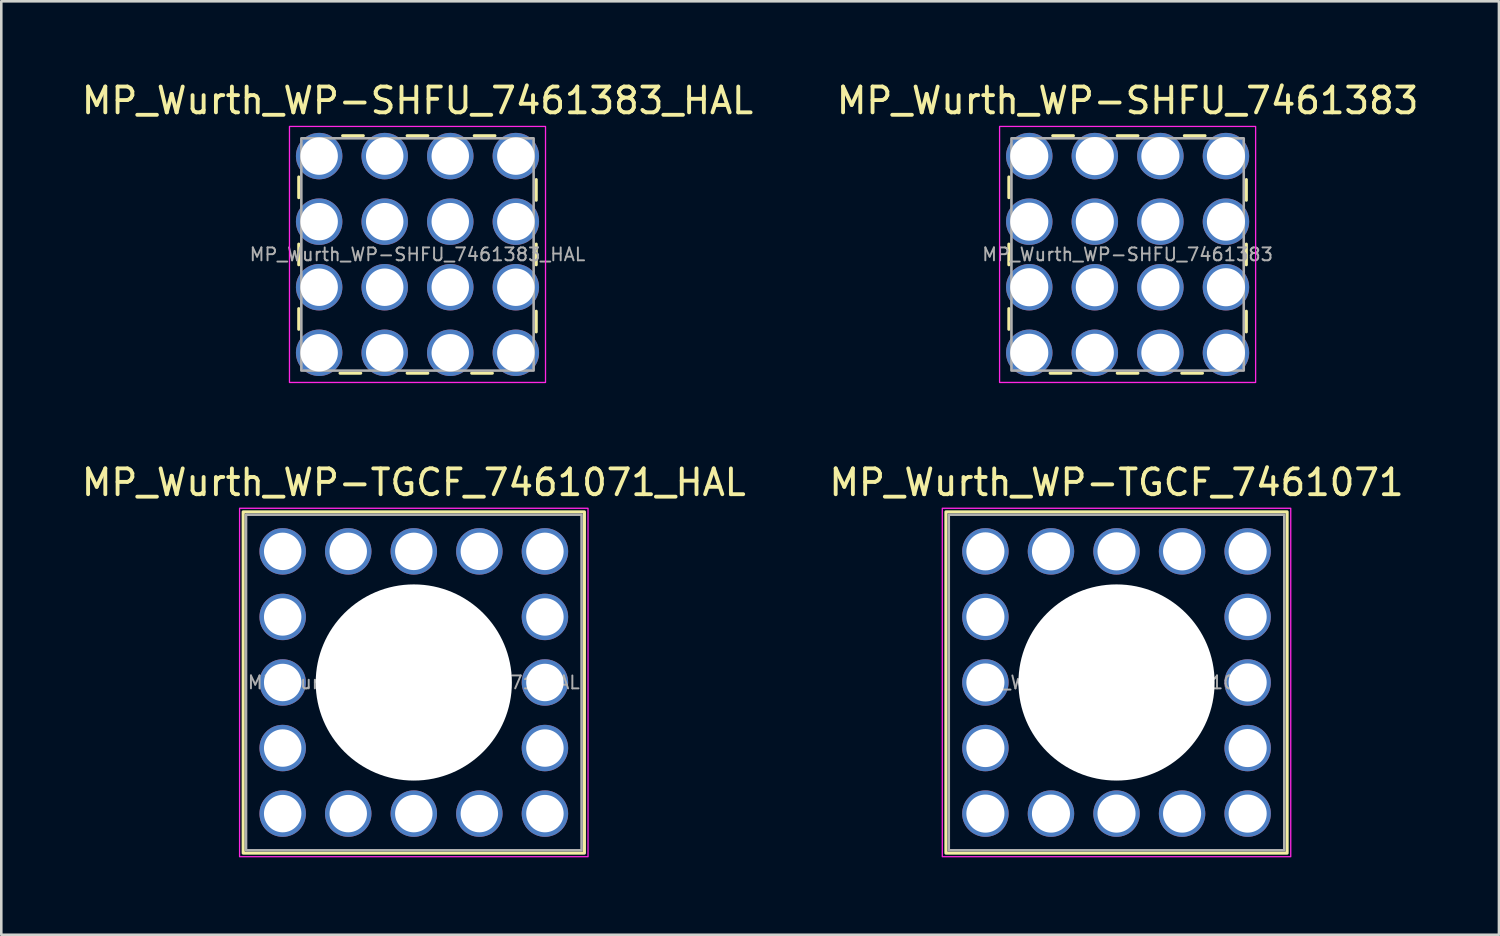
<source format=kicad_pcb>
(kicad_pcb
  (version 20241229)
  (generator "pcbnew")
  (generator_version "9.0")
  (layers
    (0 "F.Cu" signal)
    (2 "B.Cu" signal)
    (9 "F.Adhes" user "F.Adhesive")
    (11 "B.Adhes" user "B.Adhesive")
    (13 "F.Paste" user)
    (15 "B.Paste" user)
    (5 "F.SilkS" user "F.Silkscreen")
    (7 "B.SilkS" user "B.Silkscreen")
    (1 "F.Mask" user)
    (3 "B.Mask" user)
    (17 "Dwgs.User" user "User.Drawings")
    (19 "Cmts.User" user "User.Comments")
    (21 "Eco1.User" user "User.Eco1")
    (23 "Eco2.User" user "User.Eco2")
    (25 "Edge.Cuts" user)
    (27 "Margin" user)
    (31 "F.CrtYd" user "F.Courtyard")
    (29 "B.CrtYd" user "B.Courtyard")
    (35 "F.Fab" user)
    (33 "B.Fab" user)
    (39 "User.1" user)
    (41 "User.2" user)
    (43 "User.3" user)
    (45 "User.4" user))
  (footprint "MP_Wurth_WP-SHFU_7461383_HAL"
    (layer "F.Cu")
    (at 13.125 6.808)
    (property "Reference" "MP_Wurth_WP-SHFU_7461383_HAL" (at 0 -5.96 0) (unlocked yes) (layer "F.SilkS") (effects (font (size 1 1) (thickness 0.15))))
    (attr through_hole)
    (fp_line (start -4.6 -2.2) (end -4.6 -3) (stroke (width 0.12) (type solid)) (layer "F.SilkS"))
    (fp_line (start -4.6 0.4) (end -4.6 -0.4) (stroke (width 0.12) (type solid)) (layer "F.SilkS"))
    (fp_line (start -4.6 2.9) (end -4.6 2.1) (stroke (width 0.12) (type solid)) (layer "F.SilkS"))
    (fp_line (start -2.9 -4.6) (end -2.1 -4.6) (stroke (width 0.12) (type solid)) (layer "F.SilkS"))
    (fp_line (start -2.2 4.6) (end -3 4.6) (stroke (width 0.12) (type solid)) (layer "F.SilkS"))
    (fp_line (start -0.4 -4.6) (end 0.4 -4.6) (stroke (width 0.12) (type solid)) (layer "F.SilkS"))
    (fp_line (start 0.4 4.6) (end -0.4 4.6) (stroke (width 0.12) (type solid)) (layer "F.SilkS"))
    (fp_line (start 2.2 -4.6) (end 3 -4.6) (stroke (width 0.12) (type solid)) (layer "F.SilkS"))
    (fp_line (start 2.9 4.6) (end 2.1 4.6) (stroke (width 0.12) (type solid)) (layer "F.SilkS"))
    (fp_line (start 4.6 -2.9) (end 4.6 -2.1) (stroke (width 0.12) (type solid)) (layer "F.SilkS"))
    (fp_line (start 4.6 -0.4) (end 4.6 0.4) (stroke (width 0.12) (type solid)) (layer "F.SilkS"))
    (fp_line (start 4.6 2.2) (end 4.6 3) (stroke (width 0.12) (type solid)) (layer "F.SilkS"))
    (fp_rect (start -4.96 -4.96) (end 4.96 4.96) (stroke (width 0.05) (type solid)) (fill no) (layer "F.CrtYd"))
    (fp_rect (start -4.5 -4.5) (end 4.5 4.5) (stroke (width 0.1) (type solid)) (fill no) (layer "F.Fab"))
    (fp_text user "${REFERENCE}" (at 0 0 0) (unlocked yes) (layer "F.Fab") (effects (font (size 0.5 0.5) (thickness 0.075))))
    (pad "1" thru_hole circle (at -3.81 -3.81) (size 1.8 1.8) (drill 1.45) (layers "*.Cu" "*.Mask"))
    (pad "1" thru_hole circle (at -3.81 -1.27) (size 1.8 1.8) (drill 1.45) (layers "*.Cu" "*.Mask"))
    (pad "1" thru_hole circle (at -3.81 1.27) (size 1.8 1.8) (drill 1.45) (layers "*.Cu" "*.Mask"))
    (pad "1" thru_hole circle (at -3.81 3.81) (size 1.8 1.8) (drill 1.45) (layers "*.Cu" "*.Mask"))
    (pad "1" thru_hole circle (at -1.27 -3.81) (size 1.8 1.8) (drill 1.45) (layers "*.Cu" "*.Mask"))
    (pad "1" thru_hole circle (at -1.27 -1.27) (size 1.8 1.8) (drill 1.45) (layers "*.Cu" "*.Mask"))
    (pad "1" thru_hole circle (at -1.27 1.27) (size 1.8 1.8) (drill 1.45) (layers "*.Cu" "*.Mask"))
    (pad "1" thru_hole circle (at -1.27 3.81) (size 1.8 1.8) (drill 1.45) (layers "*.Cu" "*.Mask"))
    (pad "1" thru_hole circle (at 1.27 -3.81) (size 1.8 1.8) (drill 1.45) (layers "*.Cu" "*.Mask"))
    (pad "1" thru_hole circle (at 1.27 -1.27) (size 1.8 1.8) (drill 1.45) (layers "*.Cu" "*.Mask"))
    (pad "1" thru_hole circle (at 1.27 1.27) (size 1.8 1.8) (drill 1.45) (layers "*.Cu" "*.Mask"))
    (pad "1" thru_hole circle (at 1.27 3.81) (size 1.8 1.8) (drill 1.45) (layers "*.Cu" "*.Mask"))
    (pad "1" thru_hole circle (at 3.81 -3.81) (size 1.8 1.8) (drill 1.45) (layers "*.Cu" "*.Mask"))
    (pad "1" thru_hole circle (at 3.81 -1.27) (size 1.8 1.8) (drill 1.45) (layers "*.Cu" "*.Mask"))
    (pad "1" thru_hole circle (at 3.81 1.27) (size 1.8 1.8) (drill 1.45) (layers "*.Cu" "*.Mask"))
    (pad "1" thru_hole circle (at 3.81 3.81) (size 1.8 1.8) (drill 1.45) (layers "*.Cu" "*.Mask")))
  (footprint "MP_Wurth_WP-SHFU_7461383"
    (layer "F.Cu")
    (at 40.637 6.808)
    (property "Reference" "MP_Wurth_WP-SHFU_7461383" (at 0 -5.96 0) (unlocked yes) (layer "F.SilkS") (effects (font (size 1 1) (thickness 0.15))))
    (attr through_hole)
    (fp_line (start -4.6 -2.2) (end -4.6 -3) (stroke (width 0.12) (type solid)) (layer "F.SilkS"))
    (fp_line (start -4.6 0.4) (end -4.6 -0.4) (stroke (width 0.12) (type solid)) (layer "F.SilkS"))
    (fp_line (start -4.6 2.9) (end -4.6 2.1) (stroke (width 0.12) (type solid)) (layer "F.SilkS"))
    (fp_line (start -2.9 -4.6) (end -2.1 -4.6) (stroke (width 0.12) (type solid)) (layer "F.SilkS"))
    (fp_line (start -2.2 4.6) (end -3 4.6) (stroke (width 0.12) (type solid)) (layer "F.SilkS"))
    (fp_line (start -0.4 -4.6) (end 0.4 -4.6) (stroke (width 0.12) (type solid)) (layer "F.SilkS"))
    (fp_line (start 0.4 4.6) (end -0.4 4.6) (stroke (width 0.12) (type solid)) (layer "F.SilkS"))
    (fp_line (start 2.2 -4.6) (end 3 -4.6) (stroke (width 0.12) (type solid)) (layer "F.SilkS"))
    (fp_line (start 2.9 4.6) (end 2.1 4.6) (stroke (width 0.12) (type solid)) (layer "F.SilkS"))
    (fp_line (start 4.6 -2.9) (end 4.6 -2.1) (stroke (width 0.12) (type solid)) (layer "F.SilkS"))
    (fp_line (start 4.6 -0.4) (end 4.6 0.4) (stroke (width 0.12) (type solid)) (layer "F.SilkS"))
    (fp_line (start 4.6 2.2) (end 4.6 3) (stroke (width 0.12) (type solid)) (layer "F.SilkS"))
    (fp_rect (start -4.96 -4.96) (end 4.96 4.96) (stroke (width 0.05) (type solid)) (fill no) (layer "F.CrtYd"))
    (fp_rect (start -4.5 -4.5) (end 4.5 4.5) (stroke (width 0.1) (type solid)) (fill no) (layer "F.Fab"))
    (fp_text user "${REFERENCE}" (at 0 0 0) (unlocked yes) (layer "F.Fab") (effects (font (size 0.5 0.5) (thickness 0.075))))
    (pad "1" thru_hole circle (at -3.81 -3.81) (size 1.8 1.8) (drill 1.475) (layers "*.Cu" "*.Mask"))
    (pad "1" thru_hole circle (at -3.81 -1.27) (size 1.8 1.8) (drill 1.475) (layers "*.Cu" "*.Mask"))
    (pad "1" thru_hole circle (at -3.81 1.27) (size 1.8 1.8) (drill 1.475) (layers "*.Cu" "*.Mask"))
    (pad "1" thru_hole circle (at -3.81 3.81) (size 1.8 1.8) (drill 1.475) (layers "*.Cu" "*.Mask"))
    (pad "1" thru_hole circle (at -1.27 -3.81) (size 1.8 1.8) (drill 1.475) (layers "*.Cu" "*.Mask"))
    (pad "1" thru_hole circle (at -1.27 -1.27) (size 1.8 1.8) (drill 1.475) (layers "*.Cu" "*.Mask"))
    (pad "1" thru_hole circle (at -1.27 1.27) (size 1.8 1.8) (drill 1.475) (layers "*.Cu" "*.Mask"))
    (pad "1" thru_hole circle (at -1.27 3.81) (size 1.8 1.8) (drill 1.475) (layers "*.Cu" "*.Mask"))
    (pad "1" thru_hole circle (at 1.27 -3.81) (size 1.8 1.8) (drill 1.475) (layers "*.Cu" "*.Mask"))
    (pad "1" thru_hole circle (at 1.27 -1.27) (size 1.8 1.8) (drill 1.475) (layers "*.Cu" "*.Mask"))
    (pad "1" thru_hole circle (at 1.27 1.27) (size 1.8 1.8) (drill 1.475) (layers "*.Cu" "*.Mask"))
    (pad "1" thru_hole circle (at 1.27 3.81) (size 1.8 1.8) (drill 1.475) (layers "*.Cu" "*.Mask"))
    (pad "1" thru_hole circle (at 3.81 -3.81) (size 1.8 1.8) (drill 1.475) (layers "*.Cu" "*.Mask"))
    (pad "1" thru_hole circle (at 3.81 -1.27) (size 1.8 1.8) (drill 1.475) (layers "*.Cu" "*.Mask"))
    (pad "1" thru_hole circle (at 3.81 1.27) (size 1.8 1.8) (drill 1.475) (layers "*.Cu" "*.Mask"))
    (pad "1" thru_hole circle (at 3.81 3.81) (size 1.8 1.8) (drill 1.475) (layers "*.Cu" "*.Mask")))
  (footprint "MP_Wurth_WP-TGCF_7461071"
    (layer "F.Cu")
    (at 40.208 23.392)
    (property "Reference" "MP_Wurth_WP-TGCF_7461071" (at 0 -7.75 0) (unlocked yes) (layer "F.SilkS") (effects (font (size 1 1) (thickness 0.15))))
    (attr through_hole)
    (fp_rect (start -6.61 -6.61) (end 6.61 6.61) (stroke (width 0.12) (type solid)) (fill no) (layer "F.SilkS"))
    (fp_rect (start -6.75 -6.75) (end 6.75 6.75) (stroke (width 0.05) (type solid)) (fill no) (layer "F.CrtYd"))
    (fp_rect (start -6.5 -6.5) (end 6.5 6.5) (stroke (width 0.1) (type solid)) (fill no) (layer "F.Fab"))
    (fp_text user "${REFERENCE}" (at 0 0 0) (unlocked yes) (layer "F.Fab") (effects (font (size 0.5 0.5) (thickness 0.075))))
    (pad "" np_thru_hole circle (at 0 0) (size 7.6 7.6) (drill 7.6) (layers "*.Cu" "*.Mask"))
    (pad "1" thru_hole circle (at -5.08 -5.08) (size 1.8 1.8) (drill 1.475) (layers "*.Cu" "*.Mask"))
    (pad "1" thru_hole circle (at -5.08 -2.54) (size 1.8 1.8) (drill 1.475) (layers "*.Cu" "*.Mask"))
    (pad "1" thru_hole circle (at -5.08 0) (size 1.8 1.8) (drill 1.475) (layers "*.Cu" "*.Mask"))
    (pad "1" thru_hole circle (at -5.08 2.54) (size 1.8 1.8) (drill 1.475) (layers "*.Cu" "*.Mask"))
    (pad "1" thru_hole circle (at -5.08 5.08) (size 1.8 1.8) (drill 1.475) (layers "*.Cu" "*.Mask"))
    (pad "1" thru_hole circle (at -2.54 -5.08) (size 1.8 1.8) (drill 1.475) (layers "*.Cu" "*.Mask"))
    (pad "1" thru_hole circle (at -2.54 5.08) (size 1.8 1.8) (drill 1.475) (layers "*.Cu" "*.Mask"))
    (pad "1" thru_hole circle (at 0 -5.08) (size 1.8 1.8) (drill 1.475) (layers "*.Cu" "*.Mask"))
    (pad "1" thru_hole circle (at 0 5.08) (size 1.8 1.8) (drill 1.475) (layers "*.Cu" "*.Mask"))
    (pad "1" thru_hole circle (at 2.54 -5.08) (size 1.8 1.8) (drill 1.475) (layers "*.Cu" "*.Mask"))
    (pad "1" thru_hole circle (at 2.54 5.08) (size 1.8 1.8) (drill 1.475) (layers "*.Cu" "*.Mask"))
    (pad "1" thru_hole circle (at 5.08 -5.08) (size 1.8 1.8) (drill 1.475) (layers "*.Cu" "*.Mask"))
    (pad "1" thru_hole circle (at 5.08 -2.54) (size 1.8 1.8) (drill 1.475) (layers "*.Cu" "*.Mask"))
    (pad "1" thru_hole circle (at 5.08 0) (size 1.8 1.8) (drill 1.475) (layers "*.Cu" "*.Mask"))
    (pad "1" thru_hole circle (at 5.08 2.54) (size 1.8 1.8) (drill 1.475) (layers "*.Cu" "*.Mask"))
    (pad "1" thru_hole circle (at 5.08 5.08) (size 1.8 1.8) (drill 1.475) (layers "*.Cu" "*.Mask")))
  (footprint "MP_Wurth_WP-TGCF_7461071_HAL"
    (layer "F.Cu")
    (at 12.982 23.392)
    (property "Reference" "MP_Wurth_WP-TGCF_7461071_HAL" (at 0 -7.75 0) (unlocked yes) (layer "F.SilkS") (effects (font (size 1 1) (thickness 0.15))))
    (attr through_hole)
    (fp_rect (start -6.61 -6.61) (end 6.61 6.61) (stroke (width 0.12) (type solid)) (fill no) (layer "F.SilkS"))
    (fp_rect (start -6.75 -6.75) (end 6.75 6.75) (stroke (width 0.05) (type solid)) (fill no) (layer "F.CrtYd"))
    (fp_rect (start -6.5 -6.5) (end 6.5 6.5) (stroke (width 0.1) (type solid)) (fill no) (layer "F.Fab"))
    (fp_text user "${REFERENCE}" (at 0 0 0) (unlocked yes) (layer "F.Fab") (effects (font (size 0.5 0.5) (thickness 0.075))))
    (pad "" np_thru_hole circle (at 0 0) (size 7.6 7.6) (drill 7.6) (layers "*.Cu" "*.Mask"))
    (pad "1" thru_hole circle (at -5.08 -5.08) (size 1.8 1.8) (drill 1.45) (layers "*.Cu" "*.Mask"))
    (pad "1" thru_hole circle (at -5.08 -2.54) (size 1.8 1.8) (drill 1.45) (layers "*.Cu" "*.Mask"))
    (pad "1" thru_hole circle (at -5.08 0) (size 1.8 1.8) (drill 1.45) (layers "*.Cu" "*.Mask"))
    (pad "1" thru_hole circle (at -5.08 2.54) (size 1.8 1.8) (drill 1.45) (layers "*.Cu" "*.Mask"))
    (pad "1" thru_hole circle (at -5.08 5.08) (size 1.8 1.8) (drill 1.45) (layers "*.Cu" "*.Mask"))
    (pad "1" thru_hole circle (at -2.54 -5.08) (size 1.8 1.8) (drill 1.45) (layers "*.Cu" "*.Mask"))
    (pad "1" thru_hole circle (at -2.54 5.08) (size 1.8 1.8) (drill 1.45) (layers "*.Cu" "*.Mask"))
    (pad "1" thru_hole circle (at 0 -5.08) (size 1.8 1.8) (drill 1.45) (layers "*.Cu" "*.Mask"))
    (pad "1" thru_hole circle (at 0 5.08) (size 1.8 1.8) (drill 1.45) (layers "*.Cu" "*.Mask"))
    (pad "1" thru_hole circle (at 2.54 -5.08) (size 1.8 1.8) (drill 1.45) (layers "*.Cu" "*.Mask"))
    (pad "1" thru_hole circle (at 2.54 5.08) (size 1.8 1.8) (drill 1.45) (layers "*.Cu" "*.Mask"))
    (pad "1" thru_hole circle (at 5.08 -5.08) (size 1.8 1.8) (drill 1.45) (layers "*.Cu" "*.Mask"))
    (pad "1" thru_hole circle (at 5.08 -2.54) (size 1.8 1.8) (drill 1.45) (layers "*.Cu" "*.Mask"))
    (pad "1" thru_hole circle (at 5.08 0) (size 1.8 1.8) (drill 1.45) (layers "*.Cu" "*.Mask"))
    (pad "1" thru_hole circle (at 5.08 2.54) (size 1.8 1.8) (drill 1.45) (layers "*.Cu" "*.Mask"))
    (pad "1" thru_hole circle (at 5.08 5.08) (size 1.8 1.8) (drill 1.45) (layers "*.Cu" "*.Mask")))
  (gr_rect
    (start -3 -3)
    (end 55.024 33.166)
    (stroke (width 0.1) (type default))
    (fill no)
    (layer "Edge.Cuts")))
</source>
